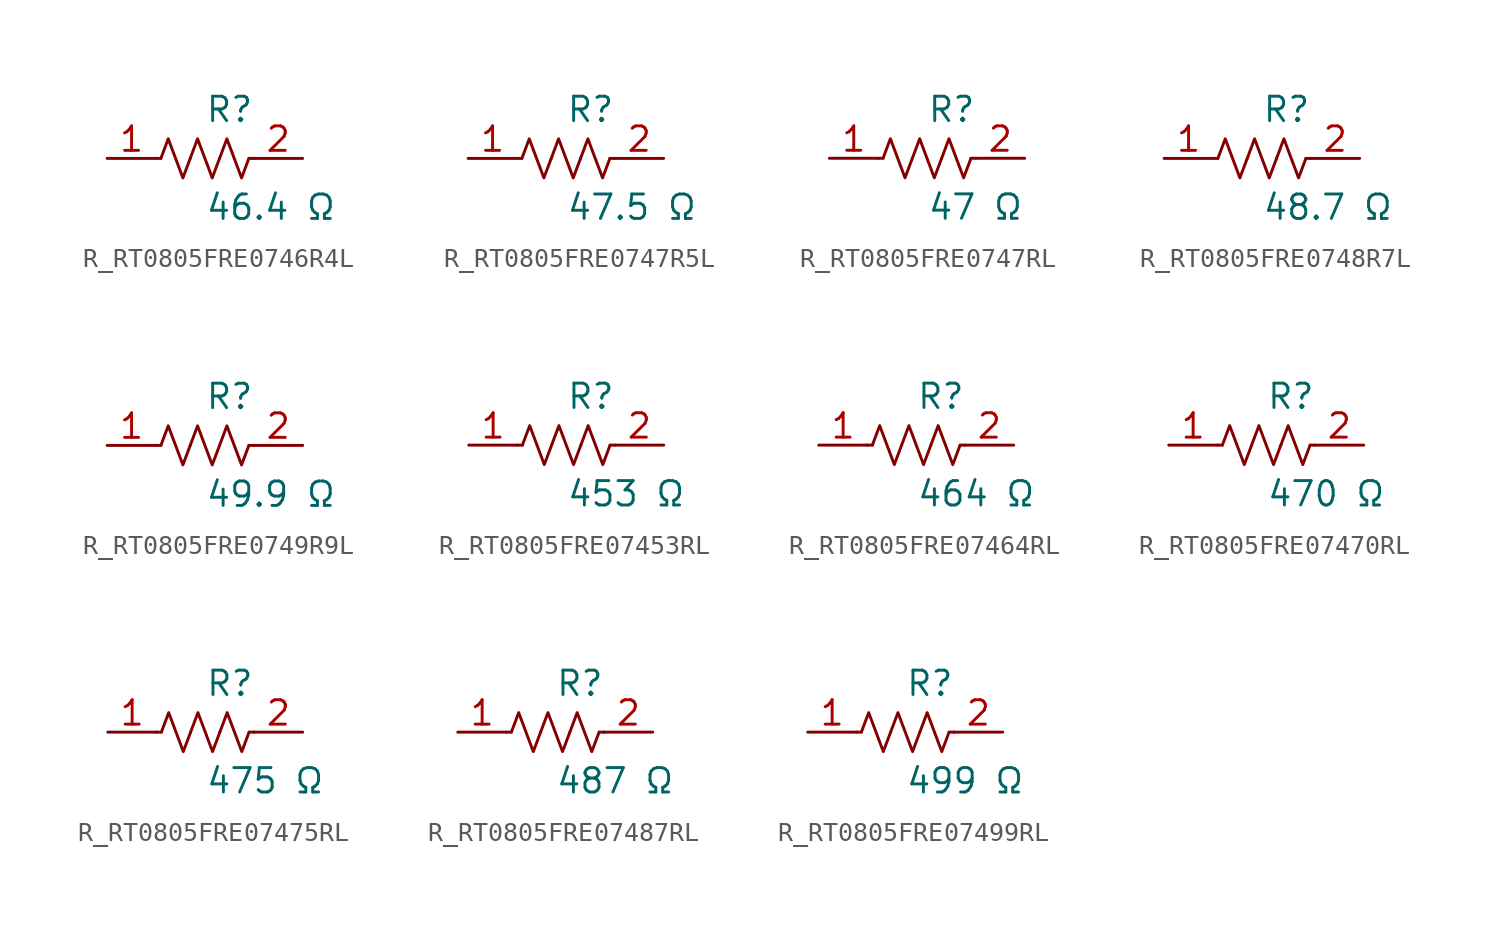
<source format=kicad_sym>
(kicad_symbol_lib
  (version 20231120)
  (generator kicad_symbol_editor)
  (generator_version 8.0)
  (symbol "R_RT0805FRE0746R4L"
    (pin_names
      (offset 0.254))
    (property "Reference" "R"
      (at 0.0 2.54 0)
      (effects (font (size 1.27 1.27)) (justify left)))
    (property "Value" "46.4 Ω"
      (at 0.0 -2.54 0)
      (effects (font (size 1.27 1.27)) (justify left)))
    (symbol "R_RT0805FRE0746R4L_0_1"
      (polyline (pts (xy 2.286 0) (xy 2.54 0)) (stroke (width 0) (type default)) (fill (type none)))
      (polyline (pts (xy -2.286 0) (xy -2.54 0)) (stroke (width 0) (type default)) (fill (type none)))
      (polyline (pts (xy 0.762 0) (xy 1.143 1.016) (xy 1.524 0) (xy 1.905 -1.016) (xy 2.286 0)) (stroke (width 0) (type default)) (fill (type none)))
      (polyline (pts (xy -0.762 0) (xy -0.381 1.016) (xy 0 0) (xy 0.381 -1.016) (xy 0.762 0)) (stroke (width 0) (type default)) (fill (type none)))
      (polyline (pts (xy -2.286 0) (xy -1.905 1.016) (xy -1.524 0) (xy -1.143 -1.016) (xy -0.762 0)) (stroke (width 0) (type default)) (fill (type none))))
    (pin unspecified line
      (at -5.08 0 0)
      (length 2.54)
      (name "" (effects (font (size 1.27 1.27))))
      (number "1" (effects (font (size 1.27 1.27)))))
    (pin unspecified line
      (at 5.08 0 180)
      (length 2.54)
      (name "" (effects (font (size 1.27 1.27))))
      (number "2" (effects (font (size 1.27 1.27))))))
  (symbol "R_RT0805FRE0747R5L"
    (pin_names
      (offset 0.254))
    (property "Reference" "R"
      (at 0.0 2.54 0)
      (effects (font (size 1.27 1.27)) (justify left)))
    (property "Value" "47.5 Ω"
      (at 0.0 -2.54 0)
      (effects (font (size 1.27 1.27)) (justify left)))
    (symbol "R_RT0805FRE0747R5L_0_1"
      (polyline (pts (xy 2.286 0) (xy 2.54 0)) (stroke (width 0) (type default)) (fill (type none)))
      (polyline (pts (xy -2.286 0) (xy -2.54 0)) (stroke (width 0) (type default)) (fill (type none)))
      (polyline (pts (xy 0.762 0) (xy 1.143 1.016) (xy 1.524 0) (xy 1.905 -1.016) (xy 2.286 0)) (stroke (width 0) (type default)) (fill (type none)))
      (polyline (pts (xy -0.762 0) (xy -0.381 1.016) (xy 0 0) (xy 0.381 -1.016) (xy 0.762 0)) (stroke (width 0) (type default)) (fill (type none)))
      (polyline (pts (xy -2.286 0) (xy -1.905 1.016) (xy -1.524 0) (xy -1.143 -1.016) (xy -0.762 0)) (stroke (width 0) (type default)) (fill (type none))))
    (pin unspecified line
      (at -5.08 0 0)
      (length 2.54)
      (name "" (effects (font (size 1.27 1.27))))
      (number "1" (effects (font (size 1.27 1.27)))))
    (pin unspecified line
      (at 5.08 0 180)
      (length 2.54)
      (name "" (effects (font (size 1.27 1.27))))
      (number "2" (effects (font (size 1.27 1.27))))))
  (symbol "R_RT0805FRE0747RL"
    (pin_names
      (offset 0.254))
    (property "Reference" "R"
      (at 0.0 2.54 0)
      (effects (font (size 1.27 1.27)) (justify left)))
    (property "Value" "47 Ω"
      (at 0.0 -2.54 0)
      (effects (font (size 1.27 1.27)) (justify left)))
    (symbol "R_RT0805FRE0747RL_0_1"
      (polyline (pts (xy 2.286 0) (xy 2.54 0)) (stroke (width 0) (type default)) (fill (type none)))
      (polyline (pts (xy -2.286 0) (xy -2.54 0)) (stroke (width 0) (type default)) (fill (type none)))
      (polyline (pts (xy 0.762 0) (xy 1.143 1.016) (xy 1.524 0) (xy 1.905 -1.016) (xy 2.286 0)) (stroke (width 0) (type default)) (fill (type none)))
      (polyline (pts (xy -0.762 0) (xy -0.381 1.016) (xy 0 0) (xy 0.381 -1.016) (xy 0.762 0)) (stroke (width 0) (type default)) (fill (type none)))
      (polyline (pts (xy -2.286 0) (xy -1.905 1.016) (xy -1.524 0) (xy -1.143 -1.016) (xy -0.762 0)) (stroke (width 0) (type default)) (fill (type none))))
    (pin unspecified line
      (at -5.08 0 0)
      (length 2.54)
      (name "" (effects (font (size 1.27 1.27))))
      (number "1" (effects (font (size 1.27 1.27)))))
    (pin unspecified line
      (at 5.08 0 180)
      (length 2.54)
      (name "" (effects (font (size 1.27 1.27))))
      (number "2" (effects (font (size 1.27 1.27))))))
  (symbol "R_RT0805FRE0748R7L"
    (pin_names
      (offset 0.254))
    (property "Reference" "R"
      (at 0.0 2.54 0)
      (effects (font (size 1.27 1.27)) (justify left)))
    (property "Value" "48.7 Ω"
      (at 0.0 -2.54 0)
      (effects (font (size 1.27 1.27)) (justify left)))
    (symbol "R_RT0805FRE0748R7L_0_1"
      (polyline (pts (xy 2.286 0) (xy 2.54 0)) (stroke (width 0) (type default)) (fill (type none)))
      (polyline (pts (xy -2.286 0) (xy -2.54 0)) (stroke (width 0) (type default)) (fill (type none)))
      (polyline (pts (xy 0.762 0) (xy 1.143 1.016) (xy 1.524 0) (xy 1.905 -1.016) (xy 2.286 0)) (stroke (width 0) (type default)) (fill (type none)))
      (polyline (pts (xy -0.762 0) (xy -0.381 1.016) (xy 0 0) (xy 0.381 -1.016) (xy 0.762 0)) (stroke (width 0) (type default)) (fill (type none)))
      (polyline (pts (xy -2.286 0) (xy -1.905 1.016) (xy -1.524 0) (xy -1.143 -1.016) (xy -0.762 0)) (stroke (width 0) (type default)) (fill (type none))))
    (pin unspecified line
      (at -5.08 0 0)
      (length 2.54)
      (name "" (effects (font (size 1.27 1.27))))
      (number "1" (effects (font (size 1.27 1.27)))))
    (pin unspecified line
      (at 5.08 0 180)
      (length 2.54)
      (name "" (effects (font (size 1.27 1.27))))
      (number "2" (effects (font (size 1.27 1.27))))))
  (symbol "R_RT0805FRE0749R9L"
    (pin_names
      (offset 0.254))
    (property "Reference" "R"
      (at 0.0 2.54 0)
      (effects (font (size 1.27 1.27)) (justify left)))
    (property "Value" "49.9 Ω"
      (at 0.0 -2.54 0)
      (effects (font (size 1.27 1.27)) (justify left)))
    (symbol "R_RT0805FRE0749R9L_0_1"
      (polyline (pts (xy 2.286 0) (xy 2.54 0)) (stroke (width 0) (type default)) (fill (type none)))
      (polyline (pts (xy -2.286 0) (xy -2.54 0)) (stroke (width 0) (type default)) (fill (type none)))
      (polyline (pts (xy 0.762 0) (xy 1.143 1.016) (xy 1.524 0) (xy 1.905 -1.016) (xy 2.286 0)) (stroke (width 0) (type default)) (fill (type none)))
      (polyline (pts (xy -0.762 0) (xy -0.381 1.016) (xy 0 0) (xy 0.381 -1.016) (xy 0.762 0)) (stroke (width 0) (type default)) (fill (type none)))
      (polyline (pts (xy -2.286 0) (xy -1.905 1.016) (xy -1.524 0) (xy -1.143 -1.016) (xy -0.762 0)) (stroke (width 0) (type default)) (fill (type none))))
    (pin unspecified line
      (at -5.08 0 0)
      (length 2.54)
      (name "" (effects (font (size 1.27 1.27))))
      (number "1" (effects (font (size 1.27 1.27)))))
    (pin unspecified line
      (at 5.08 0 180)
      (length 2.54)
      (name "" (effects (font (size 1.27 1.27))))
      (number "2" (effects (font (size 1.27 1.27))))))
  (symbol "R_RT0805FRE07453RL"
    (pin_names
      (offset 0.254))
    (property "Reference" "R"
      (at 0.0 2.54 0)
      (effects (font (size 1.27 1.27)) (justify left)))
    (property "Value" "453 Ω"
      (at 0.0 -2.54 0)
      (effects (font (size 1.27 1.27)) (justify left)))
    (symbol "R_RT0805FRE07453RL_0_1"
      (polyline (pts (xy 2.286 0) (xy 2.54 0)) (stroke (width 0) (type default)) (fill (type none)))
      (polyline (pts (xy -2.286 0) (xy -2.54 0)) (stroke (width 0) (type default)) (fill (type none)))
      (polyline (pts (xy 0.762 0) (xy 1.143 1.016) (xy 1.524 0) (xy 1.905 -1.016) (xy 2.286 0)) (stroke (width 0) (type default)) (fill (type none)))
      (polyline (pts (xy -0.762 0) (xy -0.381 1.016) (xy 0 0) (xy 0.381 -1.016) (xy 0.762 0)) (stroke (width 0) (type default)) (fill (type none)))
      (polyline (pts (xy -2.286 0) (xy -1.905 1.016) (xy -1.524 0) (xy -1.143 -1.016) (xy -0.762 0)) (stroke (width 0) (type default)) (fill (type none))))
    (pin unspecified line
      (at -5.08 0 0)
      (length 2.54)
      (name "" (effects (font (size 1.27 1.27))))
      (number "1" (effects (font (size 1.27 1.27)))))
    (pin unspecified line
      (at 5.08 0 180)
      (length 2.54)
      (name "" (effects (font (size 1.27 1.27))))
      (number "2" (effects (font (size 1.27 1.27))))))
  (symbol "R_RT0805FRE07464RL"
    (pin_names
      (offset 0.254))
    (property "Reference" "R"
      (at 0.0 2.54 0)
      (effects (font (size 1.27 1.27)) (justify left)))
    (property "Value" "464 Ω"
      (at 0.0 -2.54 0)
      (effects (font (size 1.27 1.27)) (justify left)))
    (symbol "R_RT0805FRE07464RL_0_1"
      (polyline (pts (xy 2.286 0) (xy 2.54 0)) (stroke (width 0) (type default)) (fill (type none)))
      (polyline (pts (xy -2.286 0) (xy -2.54 0)) (stroke (width 0) (type default)) (fill (type none)))
      (polyline (pts (xy 0.762 0) (xy 1.143 1.016) (xy 1.524 0) (xy 1.905 -1.016) (xy 2.286 0)) (stroke (width 0) (type default)) (fill (type none)))
      (polyline (pts (xy -0.762 0) (xy -0.381 1.016) (xy 0 0) (xy 0.381 -1.016) (xy 0.762 0)) (stroke (width 0) (type default)) (fill (type none)))
      (polyline (pts (xy -2.286 0) (xy -1.905 1.016) (xy -1.524 0) (xy -1.143 -1.016) (xy -0.762 0)) (stroke (width 0) (type default)) (fill (type none))))
    (pin unspecified line
      (at -5.08 0 0)
      (length 2.54)
      (name "" (effects (font (size 1.27 1.27))))
      (number "1" (effects (font (size 1.27 1.27)))))
    (pin unspecified line
      (at 5.08 0 180)
      (length 2.54)
      (name "" (effects (font (size 1.27 1.27))))
      (number "2" (effects (font (size 1.27 1.27))))))
  (symbol "R_RT0805FRE07470RL"
    (pin_names
      (offset 0.254))
    (property "Reference" "R"
      (at 0.0 2.54 0)
      (effects (font (size 1.27 1.27)) (justify left)))
    (property "Value" "470 Ω"
      (at 0.0 -2.54 0)
      (effects (font (size 1.27 1.27)) (justify left)))
    (symbol "R_RT0805FRE07470RL_0_1"
      (polyline (pts (xy 2.286 0) (xy 2.54 0)) (stroke (width 0) (type default)) (fill (type none)))
      (polyline (pts (xy -2.286 0) (xy -2.54 0)) (stroke (width 0) (type default)) (fill (type none)))
      (polyline (pts (xy 0.762 0) (xy 1.143 1.016) (xy 1.524 0) (xy 1.905 -1.016) (xy 2.286 0)) (stroke (width 0) (type default)) (fill (type none)))
      (polyline (pts (xy -0.762 0) (xy -0.381 1.016) (xy 0 0) (xy 0.381 -1.016) (xy 0.762 0)) (stroke (width 0) (type default)) (fill (type none)))
      (polyline (pts (xy -2.286 0) (xy -1.905 1.016) (xy -1.524 0) (xy -1.143 -1.016) (xy -0.762 0)) (stroke (width 0) (type default)) (fill (type none))))
    (pin unspecified line
      (at -5.08 0 0)
      (length 2.54)
      (name "" (effects (font (size 1.27 1.27))))
      (number "1" (effects (font (size 1.27 1.27)))))
    (pin unspecified line
      (at 5.08 0 180)
      (length 2.54)
      (name "" (effects (font (size 1.27 1.27))))
      (number "2" (effects (font (size 1.27 1.27))))))
  (symbol "R_RT0805FRE07475RL"
    (pin_names
      (offset 0.254))
    (property "Reference" "R"
      (at 0.0 2.54 0)
      (effects (font (size 1.27 1.27)) (justify left)))
    (property "Value" "475 Ω"
      (at 0.0 -2.54 0)
      (effects (font (size 1.27 1.27)) (justify left)))
    (symbol "R_RT0805FRE07475RL_0_1"
      (polyline (pts (xy 2.286 0) (xy 2.54 0)) (stroke (width 0) (type default)) (fill (type none)))
      (polyline (pts (xy -2.286 0) (xy -2.54 0)) (stroke (width 0) (type default)) (fill (type none)))
      (polyline (pts (xy 0.762 0) (xy 1.143 1.016) (xy 1.524 0) (xy 1.905 -1.016) (xy 2.286 0)) (stroke (width 0) (type default)) (fill (type none)))
      (polyline (pts (xy -0.762 0) (xy -0.381 1.016) (xy 0 0) (xy 0.381 -1.016) (xy 0.762 0)) (stroke (width 0) (type default)) (fill (type none)))
      (polyline (pts (xy -2.286 0) (xy -1.905 1.016) (xy -1.524 0) (xy -1.143 -1.016) (xy -0.762 0)) (stroke (width 0) (type default)) (fill (type none))))
    (pin unspecified line
      (at -5.08 0 0)
      (length 2.54)
      (name "" (effects (font (size 1.27 1.27))))
      (number "1" (effects (font (size 1.27 1.27)))))
    (pin unspecified line
      (at 5.08 0 180)
      (length 2.54)
      (name "" (effects (font (size 1.27 1.27))))
      (number "2" (effects (font (size 1.27 1.27))))))
  (symbol "R_RT0805FRE07487RL"
    (pin_names
      (offset 0.254))
    (property "Reference" "R"
      (at 0.0 2.54 0)
      (effects (font (size 1.27 1.27)) (justify left)))
    (property "Value" "487 Ω"
      (at 0.0 -2.54 0)
      (effects (font (size 1.27 1.27)) (justify left)))
    (symbol "R_RT0805FRE07487RL_0_1"
      (polyline (pts (xy 2.286 0) (xy 2.54 0)) (stroke (width 0) (type default)) (fill (type none)))
      (polyline (pts (xy -2.286 0) (xy -2.54 0)) (stroke (width 0) (type default)) (fill (type none)))
      (polyline (pts (xy 0.762 0) (xy 1.143 1.016) (xy 1.524 0) (xy 1.905 -1.016) (xy 2.286 0)) (stroke (width 0) (type default)) (fill (type none)))
      (polyline (pts (xy -0.762 0) (xy -0.381 1.016) (xy 0 0) (xy 0.381 -1.016) (xy 0.762 0)) (stroke (width 0) (type default)) (fill (type none)))
      (polyline (pts (xy -2.286 0) (xy -1.905 1.016) (xy -1.524 0) (xy -1.143 -1.016) (xy -0.762 0)) (stroke (width 0) (type default)) (fill (type none))))
    (pin unspecified line
      (at -5.08 0 0)
      (length 2.54)
      (name "" (effects (font (size 1.27 1.27))))
      (number "1" (effects (font (size 1.27 1.27)))))
    (pin unspecified line
      (at 5.08 0 180)
      (length 2.54)
      (name "" (effects (font (size 1.27 1.27))))
      (number "2" (effects (font (size 1.27 1.27))))))
  (symbol "R_RT0805FRE07499RL"
    (pin_names
      (offset 0.254))
    (property "Reference" "R"
      (at 0.0 2.54 0)
      (effects (font (size 1.27 1.27)) (justify left)))
    (property "Value" "499 Ω"
      (at 0.0 -2.54 0)
      (effects (font (size 1.27 1.27)) (justify left)))
    (symbol "R_RT0805FRE07499RL_0_1"
      (polyline (pts (xy 2.286 0) (xy 2.54 0)) (stroke (width 0) (type default)) (fill (type none)))
      (polyline (pts (xy -2.286 0) (xy -2.54 0)) (stroke (width 0) (type default)) (fill (type none)))
      (polyline (pts (xy 0.762 0) (xy 1.143 1.016) (xy 1.524 0) (xy 1.905 -1.016) (xy 2.286 0)) (stroke (width 0) (type default)) (fill (type none)))
      (polyline (pts (xy -0.762 0) (xy -0.381 1.016) (xy 0 0) (xy 0.381 -1.016) (xy 0.762 0)) (stroke (width 0) (type default)) (fill (type none)))
      (polyline (pts (xy -2.286 0) (xy -1.905 1.016) (xy -1.524 0) (xy -1.143 -1.016) (xy -0.762 0)) (stroke (width 0) (type default)) (fill (type none))))
    (pin unspecified line
      (at -5.08 0 0)
      (length 2.54)
      (name "" (effects (font (size 1.27 1.27))))
      (number "1" (effects (font (size 1.27 1.27)))))
    (pin unspecified line
      (at 5.08 0 180)
      (length 2.54)
      (name "" (effects (font (size 1.27 1.27))))
      (number "2" (effects (font (size 1.27 1.27)))))))
</source>
